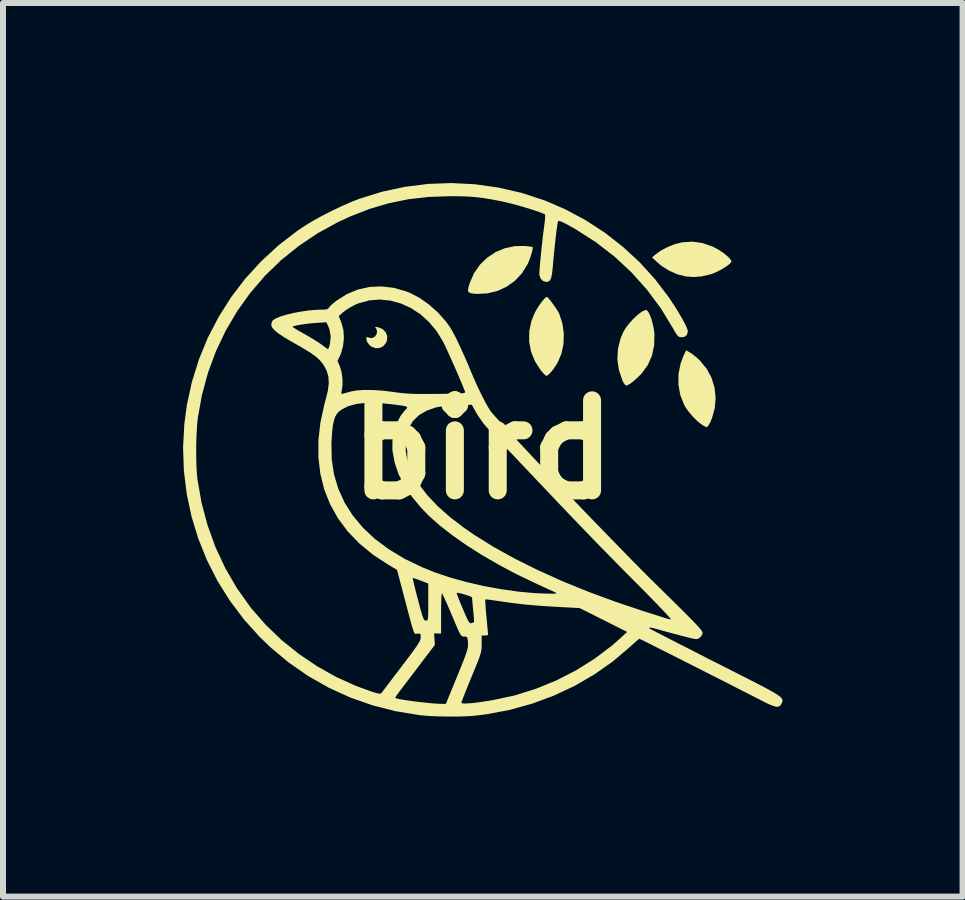
<source format=kicad_pcb>
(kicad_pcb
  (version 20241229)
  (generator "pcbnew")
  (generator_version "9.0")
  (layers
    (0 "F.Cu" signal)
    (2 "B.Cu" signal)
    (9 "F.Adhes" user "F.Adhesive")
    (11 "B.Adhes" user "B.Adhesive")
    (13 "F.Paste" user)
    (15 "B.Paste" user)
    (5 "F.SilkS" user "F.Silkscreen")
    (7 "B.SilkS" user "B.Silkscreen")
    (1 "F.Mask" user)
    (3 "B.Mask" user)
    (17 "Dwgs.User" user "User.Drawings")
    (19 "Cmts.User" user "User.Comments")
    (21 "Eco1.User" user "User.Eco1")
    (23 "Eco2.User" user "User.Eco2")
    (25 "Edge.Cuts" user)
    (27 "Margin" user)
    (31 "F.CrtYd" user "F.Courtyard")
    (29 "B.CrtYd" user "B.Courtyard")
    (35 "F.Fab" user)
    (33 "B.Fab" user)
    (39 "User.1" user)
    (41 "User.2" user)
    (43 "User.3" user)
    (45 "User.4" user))
  (footprint "bird"
    (layer "F.Cu")
    (at 4.993 4.442)
    (property "Reference" "bird" (at 0 0 0) (layer "F.SilkS") (effects (font (size 1.5 1.5) (thickness 0.3))))
    (attr board_only exclude_from_pos_files exclude_from_bom)
    (fp_poly (pts (xy -1.745 -2.04) (xy -1.672 -2.011) (xy -1.619 -1.96) (xy -1.592 -1.895) (xy -1.594 -1.823) (xy -1.609 -1.783) (xy -1.657 -1.724) (xy -1.72 -1.693) (xy -1.79 -1.691) (xy -1.858 -1.719) (xy -1.888 -1.743) (xy -1.924 -1.791) (xy -1.94 -1.837) (xy -1.94 -1.841) (xy -1.937 -1.872) (xy -1.92 -1.876) (xy -1.896 -1.866) (xy -1.847 -1.859) (xy -1.803 -1.879) (xy -1.772 -1.917) (xy -1.76 -1.964) (xy -1.772 -2.012) (xy -1.784 -2.028) (xy -1.794 -2.043) (xy -1.778 -2.045)) (stroke (width 0) (type solid)) (fill yes) (layer "F.SilkS"))
    (fp_poly (pts (xy 3.457 -1.616) (xy 3.506 -1.582) (xy 3.565 -1.534) (xy 3.621 -1.482) (xy 3.731 -1.348) (xy 3.812 -1.197) (xy 3.862 -1.035) (xy 3.88 -0.867) (xy 3.867 -0.696) (xy 3.821 -0.528) (xy 3.792 -0.458) (xy 3.766 -0.411) (xy 3.742 -0.381) (xy 3.732 -0.375) (xy 3.705 -0.385) (xy 3.663 -0.408) (xy 3.649 -0.417) (xy 3.576 -0.475) (xy 3.499 -0.552) (xy 3.426 -0.638) (xy 3.37 -0.72) (xy 3.357 -0.744) (xy 3.291 -0.912) (xy 3.26 -1.086) (xy 3.262 -1.264) (xy 3.298 -1.44) (xy 3.341 -1.553) (xy 3.387 -1.655)) (stroke (width 0) (type solid)) (fill yes) (layer "F.SilkS"))
    (fp_poly (pts (xy 0.756 -3.388) (xy 0.805 -3.382) (xy 0.829 -3.377) (xy 0.83 -3.377) (xy 0.833 -3.353) (xy 0.824 -3.305) (xy 0.806 -3.242) (xy 0.782 -3.173) (xy 0.755 -3.106) (xy 0.746 -3.088) (xy 0.654 -2.94) (xy 0.538 -2.815) (xy 0.4 -2.716) (xy 0.247 -2.645) (xy 0.08 -2.604) (xy -0.095 -2.595) (xy -0.142 -2.598) (xy -0.199 -2.607) (xy -0.233 -2.622) (xy -0.246 -2.651) (xy -0.24 -2.7) (xy -0.217 -2.775) (xy -0.214 -2.783) (xy -0.144 -2.942) (xy -0.046 -3.082) (xy 0.075 -3.199) (xy 0.214 -3.292) (xy 0.369 -3.356) (xy 0.534 -3.391) (xy 0.691 -3.394)) (stroke (width 0) (type solid)) (fill yes) (layer "F.SilkS"))
    (fp_poly (pts (xy 3.667 -3.441) (xy 3.835 -3.382) (xy 3.852 -3.373) (xy 3.931 -3.33) (xy 4.005 -3.281) (xy 4.068 -3.231) (xy 4.116 -3.185) (xy 4.141 -3.148) (xy 4.143 -3.129) (xy 4.118 -3.099) (xy 4.069 -3.06) (xy 4.003 -3.017) (xy 3.928 -2.977) (xy 3.854 -2.942) (xy 3.793 -2.92) (xy 3.647 -2.887) (xy 3.512 -2.876) (xy 3.384 -2.886) (xy 3.247 -2.92) (xy 3.109 -2.98) (xy 2.983 -3.058) (xy 2.919 -3.112) (xy 2.821 -3.203) (xy 2.884 -3.257) (xy 2.97 -3.318) (xy 3.078 -3.375) (xy 3.196 -3.422) (xy 3.31 -3.452) (xy 3.326 -3.455) (xy 3.497 -3.466)) (stroke (width 0) (type solid)) (fill yes) (layer "F.SilkS"))
    (fp_poly (pts (xy 1.087 -2.532) (xy 1.119 -2.495) (xy 1.158 -2.444) (xy 1.2 -2.386) (xy 1.238 -2.329) (xy 1.267 -2.28) (xy 1.276 -2.262) (xy 1.328 -2.1) (xy 1.351 -1.93) (xy 1.346 -1.761) (xy 1.311 -1.598) (xy 1.251 -1.456) (xy 1.212 -1.392) (xy 1.168 -1.33) (xy 1.124 -1.278) (xy 1.087 -1.242) (xy 1.062 -1.229) (xy 1.041 -1.242) (xy 1.006 -1.277) (xy 0.966 -1.324) (xy 0.87 -1.472) (xy 0.805 -1.632) (xy 0.774 -1.799) (xy 0.775 -1.97) (xy 0.81 -2.141) (xy 0.863 -2.273) (xy 0.899 -2.339) (xy 0.942 -2.406) (xy 0.986 -2.467) (xy 1.026 -2.515) (xy 1.058 -2.542) (xy 1.068 -2.545)) (stroke (width 0) (type solid)) (fill yes) (layer "F.SilkS"))
    (fp_poly (pts (xy 2.73 -2.326) (xy 2.756 -2.3) (xy 2.784 -2.247) (xy 2.811 -2.175) (xy 2.834 -2.09) (xy 2.852 -2.002) (xy 2.861 -1.922) (xy 2.856 -1.738) (xy 2.82 -1.568) (xy 2.752 -1.413) (xy 2.653 -1.276) (xy 2.64 -1.261) (xy 2.573 -1.195) (xy 2.508 -1.137) (xy 2.449 -1.094) (xy 2.405 -1.071) (xy 2.39 -1.068) (xy 2.37 -1.083) (xy 2.343 -1.121) (xy 2.328 -1.152) (xy 2.268 -1.329) (xy 2.243 -1.507) (xy 2.253 -1.684) (xy 2.298 -1.858) (xy 2.345 -1.966) (xy 2.386 -2.033) (xy 2.44 -2.103) (xy 2.502 -2.172) (xy 2.567 -2.234) (xy 2.629 -2.284) (xy 2.683 -2.317) (xy 2.723 -2.328)) (stroke (width 0) (type solid)) (fill yes) (layer "F.SilkS"))
    (fp_poly (pts (xy -0.129 -4.422) (xy 0.26 -4.367) (xy 0.645 -4.279) (xy 1.022 -4.156) (xy 1.024 -4.156) (xy 1.373 -4.006) (xy 1.71 -3.826) (xy 2.032 -3.617) (xy 2.334 -3.381) (xy 2.615 -3.122) (xy 2.87 -2.841) (xy 3.098 -2.542) (xy 3.112 -2.521) (xy 3.191 -2.402) (xy 3.261 -2.289) (xy 3.322 -2.185) (xy 3.37 -2.096) (xy 3.402 -2.026) (xy 3.417 -1.979) (xy 3.418 -1.972) (xy 3.403 -1.915) (xy 3.362 -1.88) (xy 3.305 -1.872) (xy 3.276 -1.878) (xy 3.252 -1.894) (xy 3.226 -1.926) (xy 3.193 -1.981) (xy 3.171 -2.02) (xy 2.968 -2.354) (xy 2.737 -2.664) (xy 2.48 -2.952) (xy 2.196 -3.216) (xy 1.887 -3.455) (xy 1.552 -3.67) (xy 1.419 -3.745) (xy 1.341 -3.785) (xy 1.29 -3.807) (xy 1.262 -3.811) (xy 1.255 -3.806) (xy 1.248 -3.773) (xy 1.238 -3.71) (xy 1.226 -3.625) (xy 1.214 -3.523) (xy 1.202 -3.412) (xy 1.19 -3.296) (xy 1.179 -3.182) (xy 1.173 -3.114) (xy 1.163 -2.999) (xy 1.152 -2.915) (xy 1.138 -2.856) (xy 1.12 -2.82) (xy 1.096 -2.801) (xy 1.065 -2.795) (xy 1.056 -2.795) (xy 1.003 -2.811) (xy 0.963 -2.853) (xy 0.944 -2.912) (xy 0.943 -2.925) (xy 0.945 -2.976) (xy 0.951 -3.055) (xy 0.96 -3.154) (xy 0.971 -3.266) (xy 0.983 -3.384) (xy 0.996 -3.5) (xy 1.008 -3.607) (xy 1.02 -3.697) (xy 1.024 -3.724) (xy 1.034 -3.8) (xy 1.039 -3.864) (xy 1.04 -3.906) (xy 1.037 -3.919) (xy 1.01 -3.933) (xy 0.955 -3.955) (xy 0.878 -3.981) (xy 0.786 -4.011) (xy 0.684 -4.042) (xy 0.579 -4.072) (xy 0.477 -4.099) (xy 0.384 -4.122) (xy 0.316 -4.137) (xy 0.155 -4.168) (xy 0.017 -4.191) (xy -0.11 -4.207) (xy -0.236 -4.217) (xy -0.373 -4.222) (xy -0.533 -4.223) (xy -0.543 -4.223) (xy -0.898 -4.211) (xy -1.235 -4.173) (xy -1.56 -4.107) (xy -1.88 -4.013) (xy -2.201 -3.888) (xy -2.412 -3.791) (xy -2.75 -3.606) (xy -3.066 -3.394) (xy -3.36 -3.157) (xy -3.63 -2.895) (xy -3.874 -2.61) (xy -4.093 -2.305) (xy -4.284 -1.98) (xy -4.446 -1.638) (xy -4.578 -1.28) (xy -4.679 -0.907) (xy -4.745 -0.543) (xy -4.758 -0.422) (xy -4.767 -0.276) (xy -4.773 -0.117) (xy -4.774 0.048) (xy -4.772 0.207) (xy -4.766 0.352) (xy -4.756 0.473) (xy -4.754 0.489) (xy -4.686 0.879) (xy -4.585 1.258) (xy -4.453 1.624) (xy -4.289 1.975) (xy -4.095 2.309) (xy -3.871 2.624) (xy -3.849 2.652) (xy -3.612 2.922) (xy -3.349 3.174) (xy -3.062 3.404) (xy -2.757 3.61) (xy -2.438 3.789) (xy -2.108 3.938) (xy -1.848 4.032) (xy -1.778 4.053) (xy -1.733 4.064) (xy -1.707 4.066) (xy -1.691 4.058) (xy -1.681 4.045) (xy -1.664 4.024) (xy -1.629 3.977) (xy -1.578 3.91) (xy -1.515 3.827) (xy -1.442 3.731) (xy -1.362 3.626) (xy -1.346 3.604) (xy -1.254 3.484) (xy -1.182 3.388) (xy -1.128 3.312) (xy -1.088 3.255) (xy -1.061 3.211) (xy -1.044 3.178) (xy -1.036 3.152) (xy -1.033 3.129) (xy -1.033 3.127) (xy -1.035 3.083) (xy -1.046 3.065) (xy -1.076 3.064) (xy -1.088 3.065) (xy -1.103 3.067) (xy -1.115 3.069) (xy -1.125 3.068) (xy -1.135 3.06) (xy -1.145 3.042) (xy -1.157 3.011) (xy -1.172 2.964) (xy -1.191 2.897) (xy -1.215 2.809) (xy -1.246 2.694) (xy -1.283 2.551) (xy -1.318 2.421) (xy -1.392 2.139) (xy -1.166 2.139) (xy -1.163 2.157) (xy -1.153 2.205) (xy -1.136 2.276) (xy -1.114 2.366) (xy -1.087 2.47) (xy -1.08 2.496) (xy -1.049 2.615) (xy -1.024 2.704) (xy -1.005 2.767) (xy -0.99 2.808) (xy -0.977 2.833) (xy -0.965 2.844) (xy -0.951 2.848) (xy -0.948 2.848) (xy -0.933 2.847) (xy -0.923 2.841) (xy -0.916 2.825) (xy -0.911 2.795) (xy -0.909 2.745) (xy -0.908 2.669) (xy -0.908 2.565) (xy -0.908 2.539) (xy -0.908 2.387) (xy -0.435 2.387) (xy -0.43 2.405) (xy -0.414 2.45) (xy -0.388 2.516) (xy -0.355 2.597) (xy -0.333 2.648) (xy -0.292 2.745) (xy -0.262 2.813) (xy -0.239 2.857) (xy -0.221 2.882) (xy -0.206 2.892) (xy -0.191 2.891) (xy -0.189 2.891) (xy -0.156 2.879) (xy -0.145 2.874) (xy -0.145 2.855) (xy -0.147 2.809) (xy -0.153 2.741) (xy -0.159 2.677) (xy -0.167 2.597) (xy -0.173 2.529) (xy -0.177 2.481) (xy -0.178 2.464) (xy -0.194 2.452) (xy -0.234 2.435) (xy -0.288 2.417) (xy -0.345 2.4) (xy -0.395 2.389) (xy -0.428 2.385) (xy -0.435 2.387) (xy -0.908 2.387) (xy -0.908 2.231) (xy -1.033 2.181) (xy -1.094 2.159) (xy -1.141 2.143) (xy -1.164 2.138) (xy -1.166 2.139) (xy -1.392 2.139) (xy -1.428 2.002) (xy -1.575 1.916) (xy -1.831 1.748) (xy -2.056 1.563) (xy -2.25 1.362) (xy -2.412 1.144) (xy -2.542 0.912) (xy -2.64 0.665) (xy -2.705 0.405) (xy -2.738 0.132) (xy -2.738 -0.107) (xy -2.521 -0.107) (xy -2.516 0.158) (xy -2.478 0.412) (xy -2.406 0.653) (xy -2.302 0.881) (xy -2.166 1.096) (xy -1.998 1.298) (xy -1.799 1.485) (xy -1.568 1.657) (xy -1.308 1.815) (xy -1.016 1.956) (xy -0.789 2.048) (xy -0.541 2.131) (xy -0.269 2.206) (xy 0.018 2.272) (xy 0.309 2.325) (xy 0.597 2.366) (xy 0.872 2.391) (xy 1.095 2.399) (xy 1.169 2.4) (xy 1.213 2.398) (xy 1.229 2.394) (xy 1.224 2.387) (xy 1.201 2.375) (xy 1.168 2.359) (xy 1.108 2.332) (xy 1.03 2.296) (xy 0.939 2.254) (xy 0.872 2.223) (xy 0.563 2.075) (xy 0.268 1.918) (xy -0.012 1.756) (xy -0.272 1.591) (xy -0.51 1.424) (xy -0.722 1.258) (xy -0.905 1.095) (xy -1.025 0.97) (xy -1.183 0.78) (xy -1.307 0.595) (xy -1.401 0.412) (xy -1.465 0.226) (xy -1.501 0.036) (xy -1.505 -0.007) (xy -1.505 -0.089) (xy -1.286 -0.089) (xy -1.281 0.033) (xy -1.262 0.146) (xy -1.226 0.26) (xy -1.17 0.389) (xy -1.164 0.402) (xy -1.06 0.58) (xy -0.922 0.76) (xy -0.75 0.942) (xy -0.544 1.124) (xy -0.306 1.306) (xy -0.142 1.419) (xy 0.18 1.62) (xy 0.536 1.817) (xy 0.921 2.008) (xy 1.333 2.194) (xy 1.769 2.371) (xy 2.226 2.539) (xy 2.643 2.679) (xy 2.755 2.715) (xy 2.858 2.747) (xy 2.945 2.775) (xy 3.013 2.797) (xy 3.054 2.81) (xy 3.062 2.813) (xy 3.107 2.825) (xy 3.135 2.829) (xy 3.129 2.817) (xy 3.101 2.783) (xy 3.052 2.729) (xy 2.985 2.658) (xy 2.903 2.572) (xy 2.808 2.475) (xy 2.703 2.368) (xy 2.663 2.327) (xy 2.502 2.166) (xy 2.349 2.012) (xy 2.202 1.862) (xy 2.058 1.715) (xy 1.912 1.566) (xy 1.764 1.413) (xy 1.609 1.252) (xy 1.445 1.081) (xy 1.268 0.896) (xy 1.077 0.694) (xy 0.867 0.473) (xy 0.636 0.229) (xy 0.613 0.205) (xy 0.517 0.103) (xy 0.418 -0.000256) (xy 0.324 -0.099) (xy 0.24 -0.188) (xy 0.171 -0.26) (xy 0.138 -0.293) (xy 0.017 -0.43) (xy -0.077 -0.564) (xy -0.1 -0.601) (xy -0.182 -0.748) (xy -0.386 -0.748) (xy -0.596 -0.737) (xy -0.779 -0.704) (xy -0.934 -0.65) (xy -1.062 -0.575) (xy -1.161 -0.479) (xy -1.231 -0.363) (xy -1.273 -0.226) (xy -1.286 -0.089) (xy -1.505 -0.089) (xy -1.504 -0.15) (xy -1.479 -0.297) (xy -1.433 -0.437) (xy -1.37 -0.562) (xy -1.296 -0.657) (xy -1.273 -0.68) (xy -1.26 -0.698) (xy -1.262 -0.711) (xy -1.282 -0.721) (xy -1.325 -0.731) (xy -1.395 -0.741) (xy -1.494 -0.754) (xy -1.518 -0.757) (xy -1.74 -0.779) (xy -1.933 -0.781) (xy -2.098 -0.763) (xy -2.236 -0.726) (xy -2.348 -0.67) (xy -2.394 -0.636) (xy -2.431 -0.596) (xy -2.46 -0.544) (xy -2.482 -0.476) (xy -2.499 -0.388) (xy -2.511 -0.274) (xy -2.52 -0.13) (xy -2.521 -0.107) (xy -2.738 -0.107) (xy -2.738 -0.153) (xy -2.705 -0.45) (xy -2.638 -0.758) (xy -2.617 -0.834) (xy -2.58 -0.984) (xy -2.565 -1.111) (xy -2.572 -1.221) (xy -2.602 -1.321) (xy -2.656 -1.417) (xy -2.696 -1.469) (xy -2.703 -1.477) (xy -2.419 -1.477) (xy -2.382 -1.392) (xy -2.354 -1.301) (xy -2.338 -1.192) (xy -2.336 -1.083) (xy -2.346 -1) (xy -2.356 -0.952) (xy -2.355 -0.932) (xy -2.34 -0.93) (xy -2.326 -0.933) (xy -2.287 -0.944) (xy -2.23 -0.96) (xy -2.19 -0.971) (xy -2.092 -0.988) (xy -1.967 -0.995) (xy -1.82 -0.993) (xy -1.657 -0.982) (xy -1.486 -0.961) (xy -1.483 -0.96) (xy -1.399 -0.949) (xy -1.321 -0.94) (xy -1.242 -0.934) (xy -1.155 -0.93) (xy -1.053 -0.928) (xy -0.929 -0.928) (xy -0.777 -0.929) (xy -0.761 -0.929) (xy -0.619 -0.931) (xy -0.508 -0.933) (xy -0.426 -0.935) (xy -0.367 -0.937) (xy -0.328 -0.941) (xy -0.306 -0.946) (xy -0.296 -0.953) (xy -0.294 -0.962) (xy -0.296 -0.97) (xy -0.311 -1.008) (xy -0.337 -1.073) (xy -0.373 -1.158) (xy -0.415 -1.256) (xy -0.461 -1.363) (xy -0.509 -1.471) (xy -0.555 -1.574) (xy -0.598 -1.667) (xy -0.633 -1.742) (xy -0.659 -1.795) (xy -0.66 -1.798) (xy -0.768 -1.974) (xy -0.896 -2.128) (xy -1.04 -2.257) (xy -1.197 -2.36) (xy -1.364 -2.436) (xy -1.538 -2.483) (xy -1.714 -2.501) (xy -1.891 -2.487) (xy -2.064 -2.44) (xy -2.129 -2.413) (xy -2.202 -2.374) (xy -2.273 -2.33) (xy -2.327 -2.29) (xy -2.327 -2.29) (xy -2.399 -2.225) (xy -2.354 -2.115) (xy -2.322 -1.996) (xy -2.313 -1.862) (xy -2.327 -1.727) (xy -2.362 -1.602) (xy -2.372 -1.579) (xy -2.419 -1.477) (xy -2.703 -1.477) (xy -2.739 -1.514) (xy -2.797 -1.563) (xy -2.874 -1.617) (xy -2.975 -1.679) (xy -3.102 -1.753) (xy -3.163 -1.787) (xy -3.297 -1.865) (xy -3.398 -1.932) (xy -3.469 -1.989) (xy -3.511 -2.038) (xy -3.514 -2.047) (xy -3.168 -2.047) (xy -3.154 -2.035) (xy -3.113 -2.009) (xy -3.054 -1.974) (xy -2.98 -1.932) (xy -2.968 -1.926) (xy -2.882 -1.876) (xy -2.798 -1.825) (xy -2.726 -1.779) (xy -2.679 -1.746) (xy -2.631 -1.709) (xy -2.594 -1.684) (xy -2.578 -1.675) (xy -2.568 -1.689) (xy -2.554 -1.729) (xy -2.545 -1.763) (xy -2.533 -1.888) (xy -2.555 -2.01) (xy -2.576 -2.062) (xy -2.605 -2.123) (xy -2.771 -2.112) (xy -2.863 -2.105) (xy -2.954 -2.094) (xy -3.036 -2.082) (xy -3.104 -2.07) (xy -3.15 -2.058) (xy -3.168 -2.048) (xy -3.168 -2.047) (xy -3.514 -2.047) (xy -3.524 -2.08) (xy -3.524 -2.08) (xy -3.514 -2.128) (xy -3.493 -2.159) (xy -3.443 -2.189) (xy -3.365 -2.221) (xy -3.264 -2.251) (xy -3.149 -2.278) (xy -3.026 -2.301) (xy -2.902 -2.319) (xy -2.784 -2.329) (xy -2.711 -2.332) (xy -2.641 -2.333) (xy -2.599 -2.339) (xy -2.575 -2.351) (xy -2.564 -2.366) (xy -2.542 -2.392) (xy -2.499 -2.432) (xy -2.444 -2.477) (xy -2.434 -2.484) (xy -2.262 -2.593) (xy -2.079 -2.668) (xy -1.886 -2.711) (xy -1.686 -2.72) (xy -1.482 -2.696) (xy -1.276 -2.637) (xy -1.216 -2.614) (xy -1.057 -2.532) (xy -0.899 -2.421) (xy -0.749 -2.288) (xy -0.616 -2.139) (xy -0.544 -2.039) (xy -0.502 -1.967) (xy -0.449 -1.867) (xy -0.389 -1.742) (xy -0.323 -1.598) (xy -0.253 -1.439) (xy -0.189 -1.285) (xy -0.135 -1.159) (xy -0.077 -1.031) (xy -0.016 -0.906) (xy 0.042 -0.793) (xy 0.094 -0.7) (xy 0.131 -0.641) (xy 0.153 -0.614) (xy 0.197 -0.564) (xy 0.261 -0.493) (xy 0.343 -0.404) (xy 0.44 -0.298) (xy 0.551 -0.179) (xy 0.673 -0.049) (xy 0.803 0.09) (xy 0.94 0.236) (xy 1.081 0.385) (xy 1.224 0.536) (xy 1.367 0.686) (xy 1.507 0.832) (xy 1.642 0.973) (xy 1.699 1.032) (xy 1.824 1.161) (xy 1.955 1.296) (xy 2.088 1.434) (xy 2.221 1.57) (xy 2.349 1.701) (xy 2.47 1.825) (xy 2.58 1.937) (xy 2.676 2.034) (xy 2.754 2.112) (xy 2.81 2.168) (xy 2.812 2.169) (xy 2.981 2.336) (xy 3.127 2.479) (xy 3.251 2.602) (xy 3.354 2.704) (xy 3.439 2.79) (xy 3.507 2.859) (xy 3.561 2.915) (xy 3.601 2.959) (xy 3.629 2.992) (xy 3.648 3.017) (xy 3.658 3.036) (xy 3.663 3.05) (xy 3.663 3.059) (xy 3.645 3.101) (xy 3.613 3.135) (xy 3.595 3.147) (xy 3.577 3.154) (xy 3.551 3.156) (xy 3.513 3.15) (xy 3.457 3.138) (xy 3.376 3.117) (xy 3.302 3.098) (xy 3.197 3.07) (xy 3.093 3.042) (xy 3.001 3.017) (xy 2.929 2.997) (xy 2.911 2.992) (xy 2.837 2.972) (xy 2.79 2.964) (xy 2.772 2.969) (xy 2.778 2.98) (xy 2.796 2.99) (xy 2.844 3.015) (xy 2.919 3.054) (xy 3.019 3.105) (xy 3.141 3.168) (xy 3.285 3.242) (xy 3.447 3.324) (xy 3.624 3.415) (xy 3.816 3.513) (xy 4.02 3.616) (xy 4.233 3.724) (xy 4.307 3.762) (xy 4.477 3.848) (xy 4.618 3.92) (xy 4.731 3.98) (xy 4.821 4.029) (xy 4.889 4.069) (xy 4.937 4.102) (xy 4.97 4.129) (xy 4.988 4.153) (xy 4.995 4.175) (xy 4.992 4.197) (xy 4.984 4.22) (xy 4.981 4.226) (xy 4.96 4.261) (xy 4.934 4.28) (xy 4.896 4.284) (xy 4.842 4.271) (xy 4.769 4.241) (xy 4.672 4.194) (xy 4.637 4.176) (xy 4.514 4.113) (xy 4.377 4.043) (xy 4.228 3.967) (xy 4.07 3.886) (xy 3.906 3.803) (xy 3.74 3.719) (xy 3.574 3.635) (xy 3.412 3.553) (xy 3.257 3.474) (xy 3.111 3.401) (xy 2.978 3.334) (xy 2.861 3.275) (xy 2.762 3.225) (xy 2.686 3.187) (xy 2.634 3.162) (xy 2.611 3.151) (xy 2.609 3.151) (xy 2.593 3.162) (xy 2.556 3.193) (xy 2.505 3.238) (xy 2.457 3.283) (xy 2.17 3.527) (xy 1.86 3.745) (xy 1.529 3.937) (xy 1.181 4.1) (xy 0.817 4.234) (xy 0.44 4.338) (xy 0.053 4.41) (xy -0.125 4.432) (xy -0.249 4.441) (xy -0.398 4.446) (xy -0.56 4.447) (xy -0.724 4.444) (xy -0.88 4.438) (xy -1.016 4.427) (xy -1.056 4.423) (xy -1.454 4.357) (xy -1.839 4.259) (xy -2.184 4.137) (xy -1.458 4.137) (xy -1.433 4.146) (xy -1.379 4.158) (xy -1.303 4.171) (xy -1.211 4.184) (xy -1.109 4.198) (xy -1.004 4.21) (xy -0.903 4.221) (xy -0.811 4.229) (xy -0.736 4.233) (xy -0.721 4.234) (xy -0.614 4.236) (xy -0.606 4.216) (xy -0.356 4.216) (xy -0.339 4.227) (xy -0.289 4.23) (xy -0.206 4.225) (xy -0.094 4.213) (xy 0.048 4.192) (xy 0.169 4.173) (xy 0.527 4.096) (xy 0.879 3.987) (xy 1.222 3.847) (xy 1.551 3.679) (xy 1.861 3.485) (xy 2.15 3.267) (xy 2.285 3.149) (xy 2.406 3.037) (xy 2.011 2.838) (xy 1.615 2.639) (xy 1.23 2.619) (xy 0.949 2.601) (xy 0.693 2.579) (xy 0.452 2.55) (xy 0.226 2.517) (xy 0.151 2.506) (xy 0.091 2.498) (xy 0.052 2.495) (xy 0.043 2.497) (xy 0.042 2.516) (xy 0.044 2.565) (xy 0.049 2.637) (xy 0.056 2.726) (xy 0.062 2.788) (xy 0.071 2.885) (xy 0.079 2.969) (xy 0.085 3.034) (xy 0.088 3.074) (xy 0.089 3.084) (xy 0.073 3.093) (xy 0.036 3.097) (xy 0.036 3.097) (xy -0.018 3.097) (xy -0.018 3.238) (xy -0.018 3.283) (xy -0.021 3.322) (xy -0.027 3.361) (xy -0.038 3.405) (xy -0.055 3.46) (xy -0.081 3.529) (xy -0.118 3.619) (xy -0.165 3.734) (xy -0.187 3.787) (xy -0.234 3.9) (xy -0.275 4.003) (xy -0.31 4.091) (xy -0.336 4.159) (xy -0.352 4.202) (xy -0.356 4.216) (xy -0.606 4.216) (xy -0.427 3.778) (xy -0.371 3.641) (xy -0.328 3.534) (xy -0.296 3.45) (xy -0.273 3.385) (xy -0.258 3.336) (xy -0.249 3.297) (xy -0.245 3.264) (xy -0.245 3.233) (xy -0.246 3.217) (xy -0.251 3.16) (xy -0.258 3.129) (xy -0.274 3.117) (xy -0.304 3.114) (xy -0.309 3.114) (xy -0.327 3.114) (xy -0.343 3.109) (xy -0.359 3.095) (xy -0.376 3.07) (xy -0.398 3.029) (xy -0.426 2.967) (xy -0.463 2.88) (xy -0.511 2.765) (xy -0.515 2.758) (xy -0.559 2.653) (xy -0.6 2.559) (xy -0.635 2.482) (xy -0.661 2.426) (xy -0.676 2.396) (xy -0.679 2.392) (xy -0.684 2.406) (xy -0.688 2.45) (xy -0.691 2.52) (xy -0.693 2.609) (xy -0.694 2.713) (xy -0.694 2.722) (xy -0.694 3.062) (xy -0.752 3.062) (xy -0.81 3.061) (xy -0.804 3.158) (xy -0.798 3.254) (xy -1.06 3.598) (xy -1.137 3.701) (xy -1.212 3.799) (xy -1.28 3.888) (xy -1.337 3.963) (xy -1.378 4.017) (xy -1.393 4.037) (xy -1.428 4.085) (xy -1.451 4.121) (xy -1.458 4.137) (xy -2.184 4.137) (xy -2.211 4.128) (xy -2.568 3.965) (xy -2.909 3.771) (xy -3.233 3.546) (xy -3.538 3.292) (xy -3.715 3.121) (xy -3.979 2.828) (xy -4.214 2.515) (xy -4.42 2.186) (xy -4.595 1.841) (xy -4.739 1.483) (xy -4.852 1.114) (xy -4.932 0.737) (xy -4.979 0.353) (xy -4.993 -0.035) (xy -4.972 -0.426) (xy -4.93 -0.742) (xy -4.846 -1.128) (xy -4.729 -1.503) (xy -4.581 -1.864) (xy -4.401 -2.21) (xy -4.193 -2.539) (xy -3.957 -2.849) (xy -3.693 -3.137) (xy -3.405 -3.403) (xy -3.092 -3.644) (xy -2.973 -3.724) (xy -2.841 -3.805) (xy -2.687 -3.891) (xy -2.519 -3.977) (xy -2.349 -4.058) (xy -2.186 -4.129) (xy -2.056 -4.18) (xy -1.68 -4.297) (xy -1.297 -4.379) (xy -0.91 -4.428) (xy -0.519 -4.442)) (stroke (width 0) (type solid)) (fill yes) (layer "F.SilkS")))
  (gr_rect
    (start -3 -3)
    (end 12.988 11.889)
    (stroke (width 0.1) (type default))
    (fill no)
    (layer "Edge.Cuts")))
</source>
